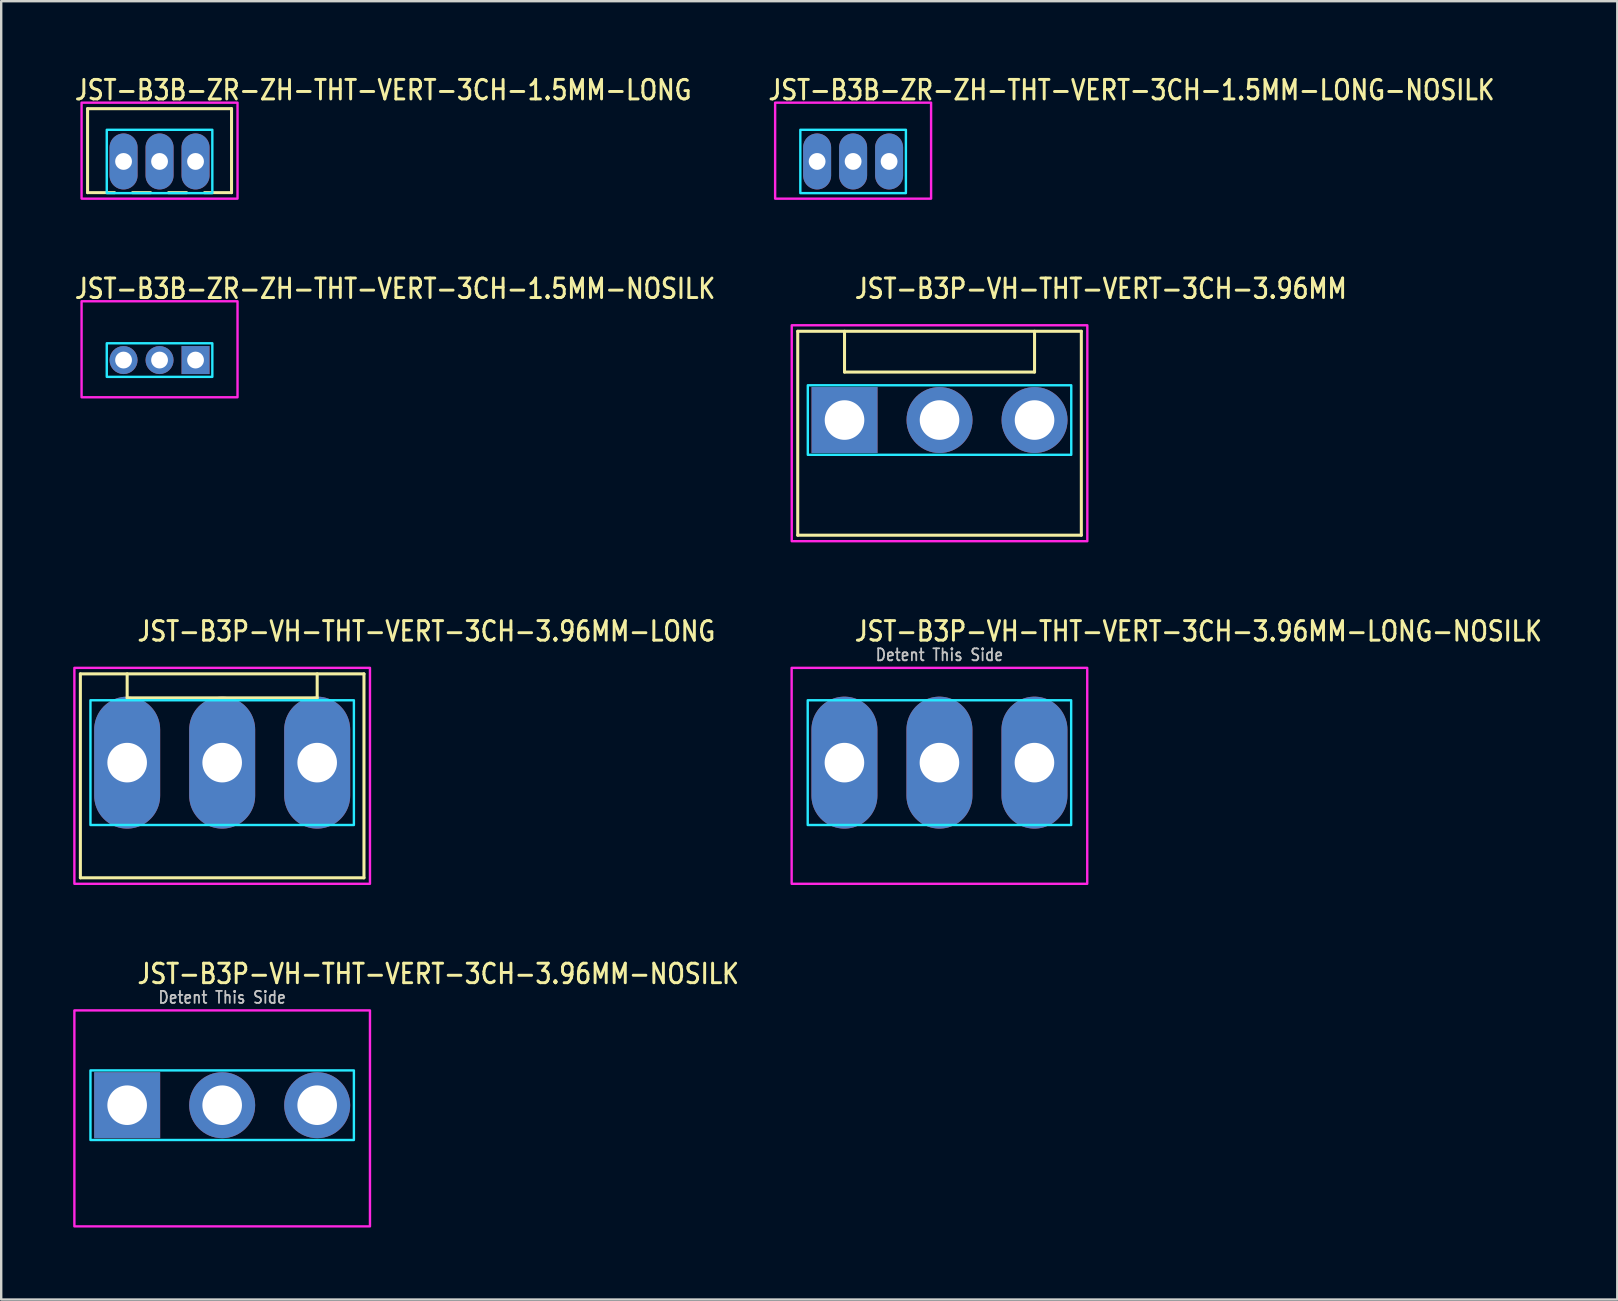
<source format=kicad_pcb>
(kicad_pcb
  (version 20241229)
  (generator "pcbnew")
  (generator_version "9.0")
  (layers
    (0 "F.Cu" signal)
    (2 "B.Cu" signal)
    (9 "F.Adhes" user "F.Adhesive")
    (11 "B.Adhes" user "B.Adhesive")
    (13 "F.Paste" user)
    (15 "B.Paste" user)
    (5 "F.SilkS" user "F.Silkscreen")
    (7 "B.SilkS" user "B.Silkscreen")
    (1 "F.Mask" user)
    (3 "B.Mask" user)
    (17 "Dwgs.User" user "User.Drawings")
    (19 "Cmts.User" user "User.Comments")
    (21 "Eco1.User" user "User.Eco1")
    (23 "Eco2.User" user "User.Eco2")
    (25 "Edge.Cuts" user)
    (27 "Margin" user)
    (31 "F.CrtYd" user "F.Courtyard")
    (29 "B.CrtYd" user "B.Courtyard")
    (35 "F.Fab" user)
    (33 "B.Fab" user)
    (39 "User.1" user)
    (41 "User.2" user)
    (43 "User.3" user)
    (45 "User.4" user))
  (footprint "JST-B3P-VH-THT-VERT-3CH-3.96MM-NOSILK"
    (layer "F.Cu")
    (at 6.21 43.014)
    (property "Reference" "JST-B3P-VH-THT-VERT-3CH-3.96MM-NOSILK" (at -3.6 -5 0) (unlocked yes) (layer "F.SilkS") (effects (font (size 0.813 0.695) (thickness 0.122)) (justify left bottom)))
    (fp_poly (pts (xy -5.49 -1.45) (xy -5.49 1.45) (xy 5.49 1.45) (xy 5.49 -1.45)) (stroke (width 0.1) (type solid)) (fill no) (layer "B.CrtYd"))
    (fp_poly (pts (xy -6.16 -3.95) (xy -6.16 5.05) (xy 6.16 5.05) (xy 6.16 -3.95)) (stroke (width 0.1) (type solid)) (fill no) (layer "F.CrtYd"))
    (fp_text user "Detent This Side" (at 0 -4.2 0) (unlocked yes) (layer "Dwgs.User") (effects (font (size 0.5 0.427) (thickness 0.075)) (justify bottom)))
    (pad "1" thru_hole rect (at -3.96 0) (size 2.75 2.75) (drill 1.65) (layers "*.Cu" "*.Mask"))
    (pad "2" thru_hole oval (at 0 0) (size 2.75 2.75) (drill 1.65) (layers "*.Cu" "*.Mask"))
    (pad "3" thru_hole oval (at 3.96 0) (size 2.75 2.75) (drill 1.65) (layers "*.Cu" "*.Mask")))
  (footprint "JST-B3P-VH-THT-VERT-3CH-3.96MM-LONG"
    (layer "F.Cu")
    (at 6.21 28.736)
    (property "Reference" "JST-B3P-VH-THT-VERT-3CH-3.96MM-LONG" (at -3.6 -5 0) (unlocked yes) (layer "F.SilkS") (effects (font (size 0.813 0.695) (thickness 0.122)) (justify left bottom)))
    (fp_line (start -5.91 -3.7) (end 5.91 -3.7) (stroke (width 0.127) (type solid)) (layer "F.SilkS"))
    (fp_line (start -5.91 4.8) (end -5.91 -3.7) (stroke (width 0.127) (type solid)) (layer "F.SilkS"))
    (fp_line (start -5.91 4.8) (end 5.91 4.8) (stroke (width 0.127) (type solid)) (layer "F.SilkS"))
    (fp_line (start -3.96 -3.7) (end -3.96 -2.7) (stroke (width 0.127) (type solid)) (layer "F.SilkS"))
    (fp_line (start -3.96 -2.7) (end 3.96 -2.7) (stroke (width 0.127) (type solid)) (layer "F.SilkS"))
    (fp_line (start 3.96 -3.7) (end 3.96 -2.7) (stroke (width 0.127) (type solid)) (layer "F.SilkS"))
    (fp_line (start 5.91 -3.7) (end 5.91 4.8) (stroke (width 0.127) (type solid)) (layer "F.SilkS"))
    (fp_poly (pts (xy -5.49 -2.6) (xy -5.49 2.6) (xy 5.49 2.6) (xy 5.49 -2.6)) (stroke (width 0.1) (type solid)) (fill no) (layer "B.CrtYd"))
    (fp_poly (pts (xy -6.16 -3.95) (xy -6.16 5.05) (xy 6.16 5.05) (xy 6.16 -3.95)) (stroke (width 0.1) (type solid)) (fill no) (layer "F.CrtYd"))
    (pad "1" thru_hole oval (at -3.96 0 90) (size 5.5 2.75) (drill 1.65) (layers "*.Cu" "*.Mask"))
    (pad "2" thru_hole oval (at 0 0 90) (size 5.5 2.75) (drill 1.65) (layers "*.Cu" "*.Mask"))
    (pad "3" thru_hole oval (at 3.96 0 90) (size 5.5 2.75) (drill 1.65) (layers "*.Cu" "*.Mask")))
  (footprint "JST-B3B-ZR-ZH-THT-VERT-3CH-1.5MM-NOSILK"
    (layer "F.Cu")
    (at 3.6 11.957)
    (property "Reference" "JST-B3B-ZR-ZH-THT-VERT-3CH-1.5MM-NOSILK" (at -3.6 -2.5 0) (unlocked yes) (layer "F.SilkS") (effects (font (size 0.813 0.695) (thickness 0.122)) (justify left bottom)))
    (fp_poly (pts (xy -2.2 -0.7) (xy -2.2 0.7) (xy 2.2 0.7) (xy 2.2 -0.7)) (stroke (width 0.1) (type solid)) (fill no) (layer "B.CrtYd"))
    (fp_poly (pts (xy -3.25 -2.45) (xy -3.25 1.55) (xy 3.25 1.55) (xy 3.25 -2.45)) (stroke (width 0.1) (type solid)) (fill no) (layer "F.CrtYd"))
    (pad "1" thru_hole rect (at 1.5 0) (size 1.167 1.167) (drill 0.7) (layers "*.Cu" "*.Mask"))
    (pad "2" thru_hole oval (at 0 0) (size 1.167 1.167) (drill 0.7) (layers "*.Cu" "*.Mask"))
    (pad "3" thru_hole oval (at -1.5 0) (size 1.167 1.167) (drill 0.7) (layers "*.Cu" "*.Mask")))
  (footprint "JST-B3P-VH-THT-VERT-3CH-3.96MM"
    (layer "F.Cu")
    (at 36.109 14.457)
    (property "Reference" "JST-B3P-VH-THT-VERT-3CH-3.96MM" (at -3.6 -5 0) (unlocked yes) (layer "F.SilkS") (effects (font (size 0.813 0.695) (thickness 0.122)) (justify left bottom)))
    (fp_line (start -5.91 -3.7) (end 5.91 -3.7) (stroke (width 0.127) (type solid)) (layer "F.SilkS"))
    (fp_line (start -5.91 4.8) (end -5.91 -3.7) (stroke (width 0.127) (type solid)) (layer "F.SilkS"))
    (fp_line (start -5.91 4.8) (end 5.91 4.8) (stroke (width 0.127) (type solid)) (layer "F.SilkS"))
    (fp_line (start -3.96 -3.7) (end -3.96 -2) (stroke (width 0.127) (type solid)) (layer "F.SilkS"))
    (fp_line (start -3.96 -2) (end 3.96 -2) (stroke (width 0.127) (type solid)) (layer "F.SilkS"))
    (fp_line (start 3.96 -3.7) (end 3.96 -2) (stroke (width 0.127) (type solid)) (layer "F.SilkS"))
    (fp_line (start 5.91 -3.7) (end 5.91 4.8) (stroke (width 0.127) (type solid)) (layer "F.SilkS"))
    (fp_poly (pts (xy -5.49 -1.45) (xy -5.49 1.45) (xy 5.49 1.45) (xy 5.49 -1.45)) (stroke (width 0.1) (type solid)) (fill no) (layer "B.CrtYd"))
    (fp_poly (pts (xy -6.16 -3.95) (xy -6.16 5.05) (xy 6.16 5.05) (xy 6.16 -3.95)) (stroke (width 0.1) (type solid)) (fill no) (layer "F.CrtYd"))
    (pad "1" thru_hole rect (at -3.96 0) (size 2.75 2.75) (drill 1.65) (layers "*.Cu" "*.Mask"))
    (pad "2" thru_hole oval (at 0 0) (size 2.75 2.75) (drill 1.65) (layers "*.Cu" "*.Mask"))
    (pad "3" thru_hole oval (at 3.96 0) (size 2.75 2.75) (drill 1.65) (layers "*.Cu" "*.Mask")))
  (footprint "JST-B3P-VH-THT-VERT-3CH-3.96MM-LONG-NOSILK"
    (layer "F.Cu")
    (at 36.105 28.736)
    (property "Reference" "JST-B3P-VH-THT-VERT-3CH-3.96MM-LONG-NOSILK" (at -3.6 -5 0) (unlocked yes) (layer "F.SilkS") (effects (font (size 0.813 0.695) (thickness 0.122)) (justify left bottom)))
    (fp_poly (pts (xy -5.49 -2.6) (xy -5.49 2.6) (xy 5.49 2.6) (xy 5.49 -2.6)) (stroke (width 0.1) (type solid)) (fill no) (layer "B.CrtYd"))
    (fp_poly (pts (xy -6.16 -3.95) (xy -6.16 5.05) (xy 6.16 5.05) (xy 6.16 -3.95)) (stroke (width 0.1) (type solid)) (fill no) (layer "F.CrtYd"))
    (fp_text user "Detent This Side" (at 0 -4.2 0) (unlocked yes) (layer "Dwgs.User") (effects (font (size 0.5 0.427) (thickness 0.075)) (justify bottom)))
    (pad "1" thru_hole oval (at -3.96 0 90) (size 5.5 2.75) (drill 1.65) (layers "*.Cu" "*.Mask"))
    (pad "2" thru_hole oval (at 0 0 90) (size 5.5 2.75) (drill 1.65) (layers "*.Cu" "*.Mask"))
    (pad "3" thru_hole oval (at 3.96 0 90) (size 5.5 2.75) (drill 1.65) (layers "*.Cu" "*.Mask")))
  (footprint "JST-B3B-ZR-ZH-THT-VERT-3CH-1.5MM-LONG"
    (layer "F.Cu")
    (at 3.6 3.679)
    (property "Reference" "JST-B3B-ZR-ZH-THT-VERT-3CH-1.5MM-LONG" (at -3.6 -2.5 0) (unlocked yes) (layer "F.SilkS") (effects (font (size 0.813 0.695) (thickness 0.122)) (justify left bottom)))
    (fp_line (start -3 -2.2) (end 3 -2.2) (stroke (width 0.127) (type solid)) (layer "F.SilkS"))
    (fp_line (start -3 1.3) (end -3 -2.2) (stroke (width 0.127) (type solid)) (layer "F.SilkS"))
    (fp_line (start -3 1.3) (end -1.875 1.3) (stroke (width 0.127) (type solid)) (layer "F.SilkS"))
    (fp_line (start -1.125 1.3) (end -0.375 1.3) (stroke (width 0.127) (type solid)) (layer "F.SilkS"))
    (fp_line (start 0.375 1.3) (end 1.125 1.3) (stroke (width 0.127) (type solid)) (layer "F.SilkS"))
    (fp_line (start 1.875 1.3) (end 3 1.3) (stroke (width 0.127) (type solid)) (layer "F.SilkS"))
    (fp_line (start 3 -2.2) (end 3 1.3) (stroke (width 0.127) (type solid)) (layer "F.SilkS"))
    (fp_poly (pts (xy -2.2 -1.32) (xy -2.2 1.32) (xy 2.2 1.32) (xy 2.2 -1.32)) (stroke (width 0.1) (type solid)) (fill no) (layer "B.CrtYd"))
    (fp_poly (pts (xy -3.25 -2.45) (xy -3.25 1.55) (xy 3.25 1.55) (xy 3.25 -2.45)) (stroke (width 0.1) (type solid)) (fill no) (layer "F.CrtYd"))
    (pad "1" thru_hole oval (at 1.5 0 90) (size 2.333 1.167) (drill 0.7) (layers "*.Cu" "*.Mask"))
    (pad "2" thru_hole oval (at 0 0 90) (size 2.333 1.167) (drill 0.7) (layers "*.Cu" "*.Mask"))
    (pad "3" thru_hole oval (at -1.5 0 90) (size 2.333 1.167) (drill 0.7) (layers "*.Cu" "*.Mask")))
  (footprint "JST-B3B-ZR-ZH-THT-VERT-3CH-1.5MM-LONG-NOSILK"
    (layer "F.Cu")
    (at 32.507 3.679)
    (property "Reference" "JST-B3B-ZR-ZH-THT-VERT-3CH-1.5MM-LONG-NOSILK" (at -3.6 -2.5 0) (unlocked yes) (layer "F.SilkS") (effects (font (size 0.813 0.695) (thickness 0.122)) (justify left bottom)))
    (fp_poly (pts (xy -2.2 -1.32) (xy -2.2 1.32) (xy 2.2 1.32) (xy 2.2 -1.32)) (stroke (width 0.1) (type solid)) (fill no) (layer "B.CrtYd"))
    (fp_poly (pts (xy -3.25 -2.45) (xy -3.25 1.55) (xy 3.25 1.55) (xy 3.25 -2.45)) (stroke (width 0.1) (type solid)) (fill no) (layer "F.CrtYd"))
    (pad "1" thru_hole oval (at 1.5 0 90) (size 2.333 1.167) (drill 0.7) (layers "*.Cu" "*.Mask"))
    (pad "2" thru_hole oval (at 0 0 90) (size 2.333 1.167) (drill 0.7) (layers "*.Cu" "*.Mask"))
    (pad "3" thru_hole oval (at -1.5 0 90) (size 2.333 1.167) (drill 0.7) (layers "*.Cu" "*.Mask")))
  (gr_rect
    (start -3 -3)
    (end 64.357 51.114)
    (stroke (width 0.1) (type default))
    (fill no)
    (layer "Edge.Cuts")))
</source>
